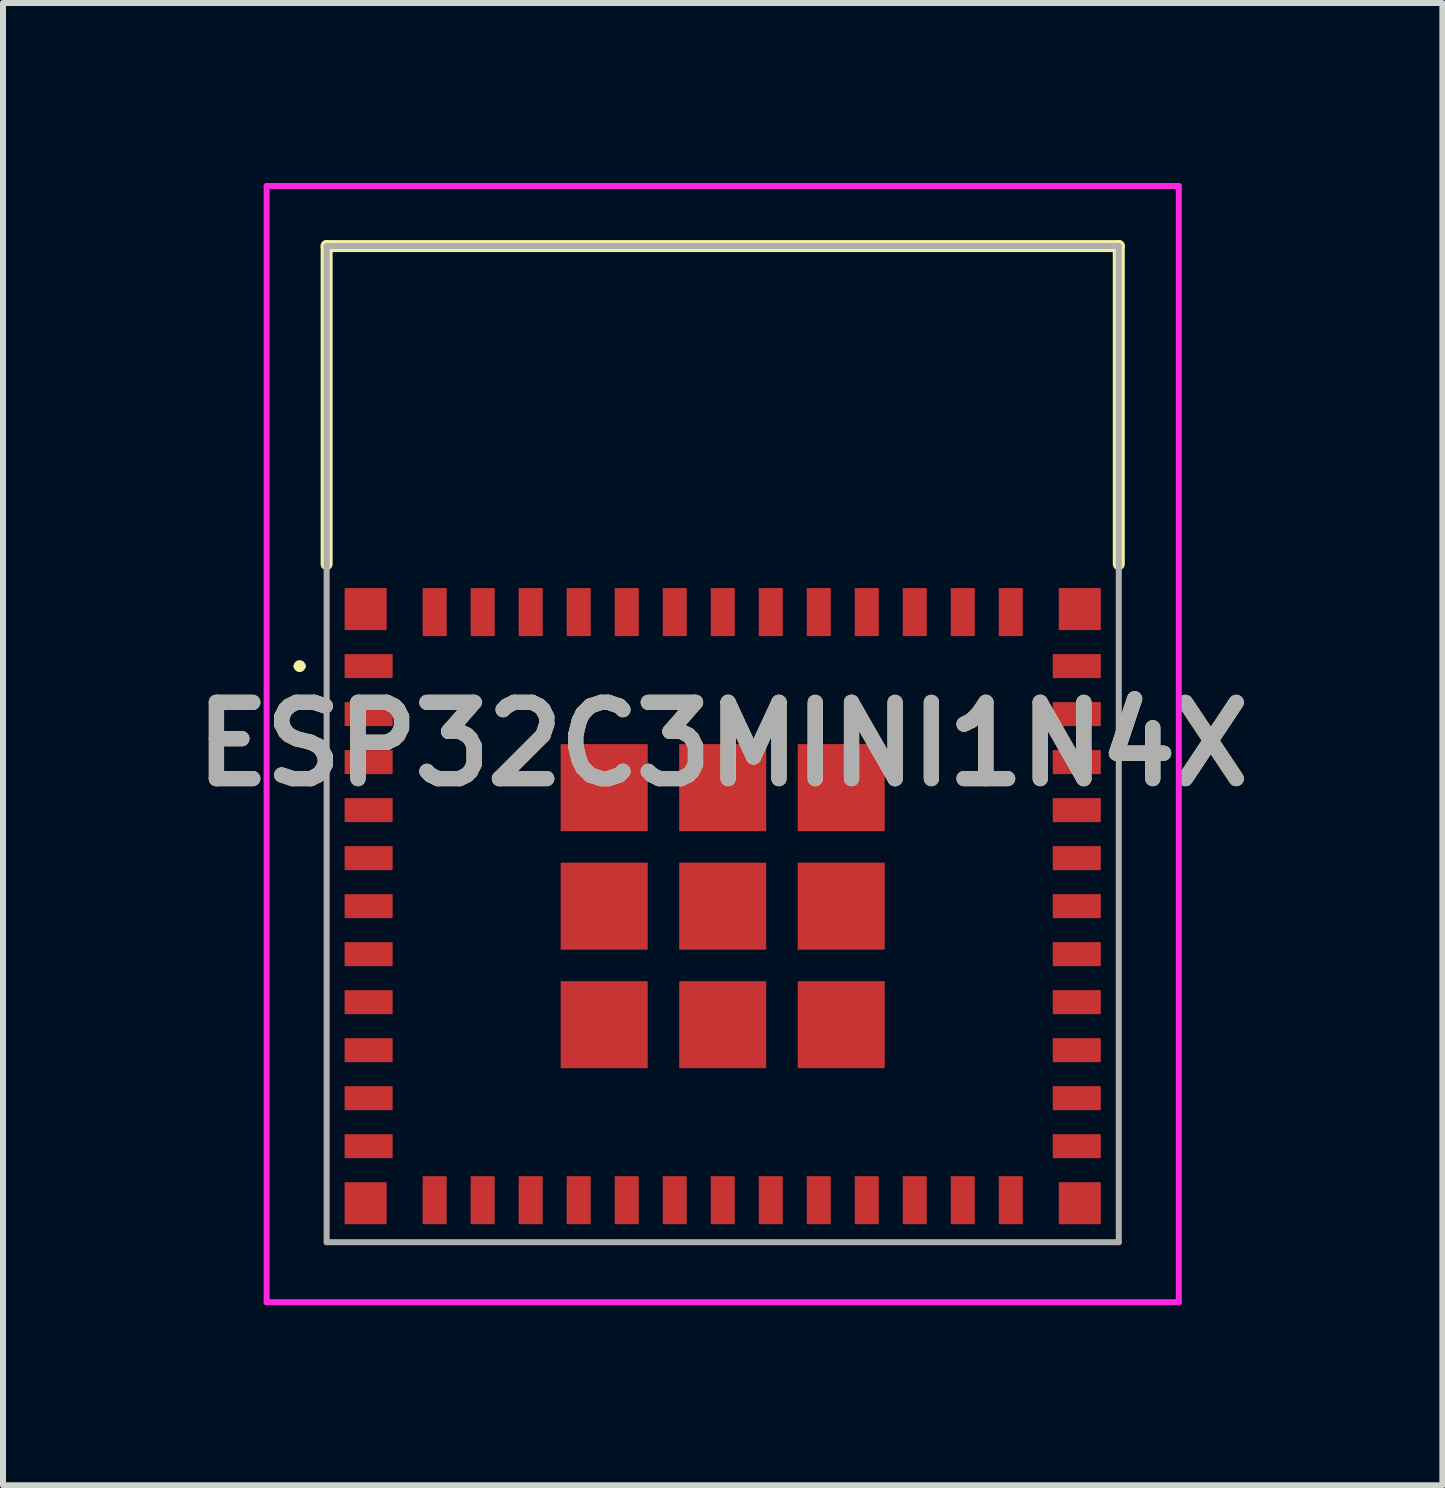
<source format=kicad_pcb>
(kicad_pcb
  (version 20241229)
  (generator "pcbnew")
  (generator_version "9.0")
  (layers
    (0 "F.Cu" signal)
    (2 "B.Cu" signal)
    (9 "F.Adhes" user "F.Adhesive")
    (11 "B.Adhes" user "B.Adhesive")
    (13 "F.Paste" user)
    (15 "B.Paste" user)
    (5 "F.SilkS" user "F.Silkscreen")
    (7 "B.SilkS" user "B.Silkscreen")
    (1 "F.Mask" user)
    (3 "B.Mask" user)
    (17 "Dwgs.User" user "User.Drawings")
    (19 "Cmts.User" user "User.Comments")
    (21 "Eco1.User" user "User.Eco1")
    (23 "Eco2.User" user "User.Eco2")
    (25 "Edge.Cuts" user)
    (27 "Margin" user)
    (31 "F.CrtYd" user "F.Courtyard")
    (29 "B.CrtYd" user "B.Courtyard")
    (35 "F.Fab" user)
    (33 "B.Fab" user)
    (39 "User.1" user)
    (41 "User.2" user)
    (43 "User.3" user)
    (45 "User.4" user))
  (footprint "ESP32C3MINI1N4X"
    (layer "F.Cu")
    (at 8.993 9.35)
    (property "Reference" "ESP32C3MINI1N4X" (at 0 0 0) (layer "F.SilkS") (effects (font (size 1.27 1.27) (thickness 0.254))))
    (attr smd)
    (fp_line (start -7.1 -1.3) (end -7.1 -1.3) (stroke (width 0.1) (type solid)) (layer "F.SilkS"))
    (fp_line (start -7 -1.3) (end -7 -1.3) (stroke (width 0.1) (type solid)) (layer "F.SilkS"))
    (fp_line (start -6.6 -8.3) (end 6.6 -8.3) (stroke (width 0.2) (type solid)) (layer "F.SilkS"))
    (fp_line (start -6.6 -3) (end -6.6 -8.3) (stroke (width 0.2) (type solid)) (layer "F.SilkS"))
    (fp_line (start 6.6 -8.3) (end 6.6 -3) (stroke (width 0.2) (type solid)) (layer "F.SilkS"))
    (fp_arc (start -7.1 -1.3) (mid -7.05 -1.35) (end -7 -1.3) (stroke (width 0.1) (type solid)) (layer "F.SilkS"))
    (fp_arc (start -7 -1.3) (mid -7.05 -1.25) (end -7.1 -1.3) (stroke (width 0.1) (type solid)) (layer "F.SilkS"))
    (fp_line (start -7.6 -9.3) (end 7.6 -9.3) (stroke (width 0.1) (type solid)) (layer "F.CrtYd"))
    (fp_line (start -7.6 9.3) (end -7.6 -9.3) (stroke (width 0.1) (type solid)) (layer "F.CrtYd"))
    (fp_line (start 7.6 -9.3) (end 7.6 9.3) (stroke (width 0.1) (type solid)) (layer "F.CrtYd"))
    (fp_line (start 7.6 9.3) (end -7.6 9.3) (stroke (width 0.1) (type solid)) (layer "F.CrtYd"))
    (fp_line (start -6.6 -8.3) (end 6.6 -8.3) (stroke (width 0.1) (type solid)) (layer "F.Fab"))
    (fp_line (start -6.6 8.3) (end -6.6 -8.3) (stroke (width 0.1) (type solid)) (layer "F.Fab"))
    (fp_line (start 6.6 -8.3) (end 6.6 8.3) (stroke (width 0.1) (type solid)) (layer "F.Fab"))
    (fp_line (start 6.6 8.3) (end -6.6 8.3) (stroke (width 0.1) (type solid)) (layer "F.Fab"))
    (fp_text user "${REFERENCE}" (at 0 0 0) (layer "F.Fab") (effects (font (size 1.27 1.27) (thickness 0.254))))
    (pad "1" smd rect (at -5.9 -1.3 90) (size 0.4 0.8) (layers "F.Cu" "F.Mask" "F.Paste"))
    (pad "2" smd rect (at -5.9 -0.5 90) (size 0.4 0.8) (layers "F.Cu" "F.Mask" "F.Paste"))
    (pad "3" smd rect (at -5.9 0.3 90) (size 0.4 0.8) (layers "F.Cu" "F.Mask" "F.Paste"))
    (pad "4" smd rect (at -5.9 1.1 90) (size 0.4 0.8) (layers "F.Cu" "F.Mask" "F.Paste"))
    (pad "5" smd rect (at -5.9 1.9 90) (size 0.4 0.8) (layers "F.Cu" "F.Mask" "F.Paste"))
    (pad "6" smd rect (at -5.9 2.7 90) (size 0.4 0.8) (layers "F.Cu" "F.Mask" "F.Paste"))
    (pad "7" smd rect (at -5.9 3.5 90) (size 0.4 0.8) (layers "F.Cu" "F.Mask" "F.Paste"))
    (pad "8" smd rect (at -5.9 4.3 90) (size 0.4 0.8) (layers "F.Cu" "F.Mask" "F.Paste"))
    (pad "9" smd rect (at -5.9 5.1 90) (size 0.4 0.8) (layers "F.Cu" "F.Mask" "F.Paste"))
    (pad "10" smd rect (at -5.9 5.9 90) (size 0.4 0.8) (layers "F.Cu" "F.Mask" "F.Paste"))
    (pad "11" smd rect (at -5.9 6.7 90) (size 0.4 0.8) (layers "F.Cu" "F.Mask" "F.Paste"))
    (pad "12" smd rect (at -4.8 7.6) (size 0.4 0.8) (layers "F.Cu" "F.Mask" "F.Paste"))
    (pad "13" smd rect (at -4 7.6) (size 0.4 0.8) (layers "F.Cu" "F.Mask" "F.Paste"))
    (pad "14" smd rect (at -3.2 7.6) (size 0.4 0.8) (layers "F.Cu" "F.Mask" "F.Paste"))
    (pad "15" smd rect (at -2.4 7.6) (size 0.4 0.8) (layers "F.Cu" "F.Mask" "F.Paste"))
    (pad "16" smd rect (at -1.6 7.6) (size 0.4 0.8) (layers "F.Cu" "F.Mask" "F.Paste"))
    (pad "17" smd rect (at -0.8 7.6) (size 0.4 0.8) (layers "F.Cu" "F.Mask" "F.Paste"))
    (pad "18" smd rect (at 0 7.6) (size 0.4 0.8) (layers "F.Cu" "F.Mask" "F.Paste"))
    (pad "19" smd rect (at 0.8 7.6) (size 0.4 0.8) (layers "F.Cu" "F.Mask" "F.Paste"))
    (pad "20" smd rect (at 1.6 7.6) (size 0.4 0.8) (layers "F.Cu" "F.Mask" "F.Paste"))
    (pad "21" smd rect (at 2.4 7.6) (size 0.4 0.8) (layers "F.Cu" "F.Mask" "F.Paste"))
    (pad "22" smd rect (at 3.2 7.6) (size 0.4 0.8) (layers "F.Cu" "F.Mask" "F.Paste"))
    (pad "23" smd rect (at 4 7.6) (size 0.4 0.8) (layers "F.Cu" "F.Mask" "F.Paste"))
    (pad "24" smd rect (at 4.8 7.6) (size 0.4 0.8) (layers "F.Cu" "F.Mask" "F.Paste"))
    (pad "25" smd rect (at 5.9 6.7 90) (size 0.4 0.8) (layers "F.Cu" "F.Mask" "F.Paste"))
    (pad "26" smd rect (at 5.9 5.9 90) (size 0.4 0.8) (layers "F.Cu" "F.Mask" "F.Paste"))
    (pad "27" smd rect (at 5.9 5.1 90) (size 0.4 0.8) (layers "F.Cu" "F.Mask" "F.Paste"))
    (pad "28" smd rect (at 5.9 4.3 90) (size 0.4 0.8) (layers "F.Cu" "F.Mask" "F.Paste"))
    (pad "29" smd rect (at 5.9 3.5 90) (size 0.4 0.8) (layers "F.Cu" "F.Mask" "F.Paste"))
    (pad "30" smd rect (at 5.9 2.7 90) (size 0.4 0.8) (layers "F.Cu" "F.Mask" "F.Paste"))
    (pad "31" smd rect (at 5.9 1.9 90) (size 0.4 0.8) (layers "F.Cu" "F.Mask" "F.Paste"))
    (pad "32" smd rect (at 5.9 1.1 90) (size 0.4 0.8) (layers "F.Cu" "F.Mask" "F.Paste"))
    (pad "33" smd rect (at 5.9 0.3 90) (size 0.4 0.8) (layers "F.Cu" "F.Mask" "F.Paste"))
    (pad "34" smd rect (at 5.9 -0.5 90) (size 0.4 0.8) (layers "F.Cu" "F.Mask" "F.Paste"))
    (pad "35" smd rect (at 5.9 -1.3 90) (size 0.4 0.8) (layers "F.Cu" "F.Mask" "F.Paste"))
    (pad "36" smd rect (at 4.8 -2.2) (size 0.4 0.8) (layers "F.Cu" "F.Mask" "F.Paste"))
    (pad "37" smd rect (at 4 -2.2) (size 0.4 0.8) (layers "F.Cu" "F.Mask" "F.Paste"))
    (pad "38" smd rect (at 3.2 -2.2) (size 0.4 0.8) (layers "F.Cu" "F.Mask" "F.Paste"))
    (pad "39" smd rect (at 2.4 -2.2) (size 0.4 0.8) (layers "F.Cu" "F.Mask" "F.Paste"))
    (pad "40" smd rect (at 1.6 -2.2) (size 0.4 0.8) (layers "F.Cu" "F.Mask" "F.Paste"))
    (pad "41" smd rect (at 0.8 -2.2) (size 0.4 0.8) (layers "F.Cu" "F.Mask" "F.Paste"))
    (pad "42" smd rect (at 0 -2.2) (size 0.4 0.8) (layers "F.Cu" "F.Mask" "F.Paste"))
    (pad "43" smd rect (at -0.8 -2.2) (size 0.4 0.8) (layers "F.Cu" "F.Mask" "F.Paste"))
    (pad "44" smd rect (at -1.6 -2.2) (size 0.4 0.8) (layers "F.Cu" "F.Mask" "F.Paste"))
    (pad "45" smd rect (at -2.4 -2.2) (size 0.4 0.8) (layers "F.Cu" "F.Mask" "F.Paste"))
    (pad "46" smd rect (at -3.2 -2.2) (size 0.4 0.8) (layers "F.Cu" "F.Mask" "F.Paste"))
    (pad "47" smd rect (at -4 -2.2) (size 0.4 0.8) (layers "F.Cu" "F.Mask" "F.Paste"))
    (pad "48" smd rect (at -4.8 -2.2) (size 0.4 0.8) (layers "F.Cu" "F.Mask" "F.Paste"))
    (pad "49" smd rect (at 0 2.7 90) (size 1.45 1.45) (layers "F.Cu" "F.Mask" "F.Paste"))
    (pad "50" smd rect (at 5.95 -2.25 90) (size 0.7 0.7) (layers "F.Cu" "F.Mask" "F.Paste"))
    (pad "51" smd rect (at 5.95 7.65 90) (size 0.7 0.7) (layers "F.Cu" "F.Mask" "F.Paste"))
    (pad "52" smd rect (at -5.95 7.65 90) (size 0.7 0.7) (layers "F.Cu" "F.Mask" "F.Paste"))
    (pad "53" smd rect (at -5.95 -2.25 90) (size 0.7 0.7) (layers "F.Cu" "F.Mask" "F.Paste"))
    (pad "54" smd rect (at -1.975 0.725 90) (size 1.45 1.45) (layers "F.Cu" "F.Mask" "F.Paste"))
    (pad "55" smd rect (at -1.975 2.7 90) (size 1.45 1.45) (layers "F.Cu" "F.Mask" "F.Paste"))
    (pad "56" smd rect (at -1.975 4.675 90) (size 1.45 1.45) (layers "F.Cu" "F.Mask" "F.Paste"))
    (pad "57" smd rect (at 0 4.675 90) (size 1.45 1.45) (layers "F.Cu" "F.Mask" "F.Paste"))
    (pad "58" smd rect (at 1.975 4.675 90) (size 1.45 1.45) (layers "F.Cu" "F.Mask" "F.Paste"))
    (pad "59" smd rect (at 1.975 2.7 90) (size 1.45 1.45) (layers "F.Cu" "F.Mask" "F.Paste"))
    (pad "60" smd rect (at 1.975 0.725 90) (size 1.45 1.45) (layers "F.Cu" "F.Mask" "F.Paste"))
    (pad "61" smd rect (at 0 0.725 90) (size 1.45 1.45) (layers "F.Cu" "F.Mask" "F.Paste")))
  (gr_rect
    (start -3 -3)
    (end 20.986 21.7)
    (stroke (width 0.1) (type default))
    (fill no)
    (layer "Edge.Cuts")))
</source>
